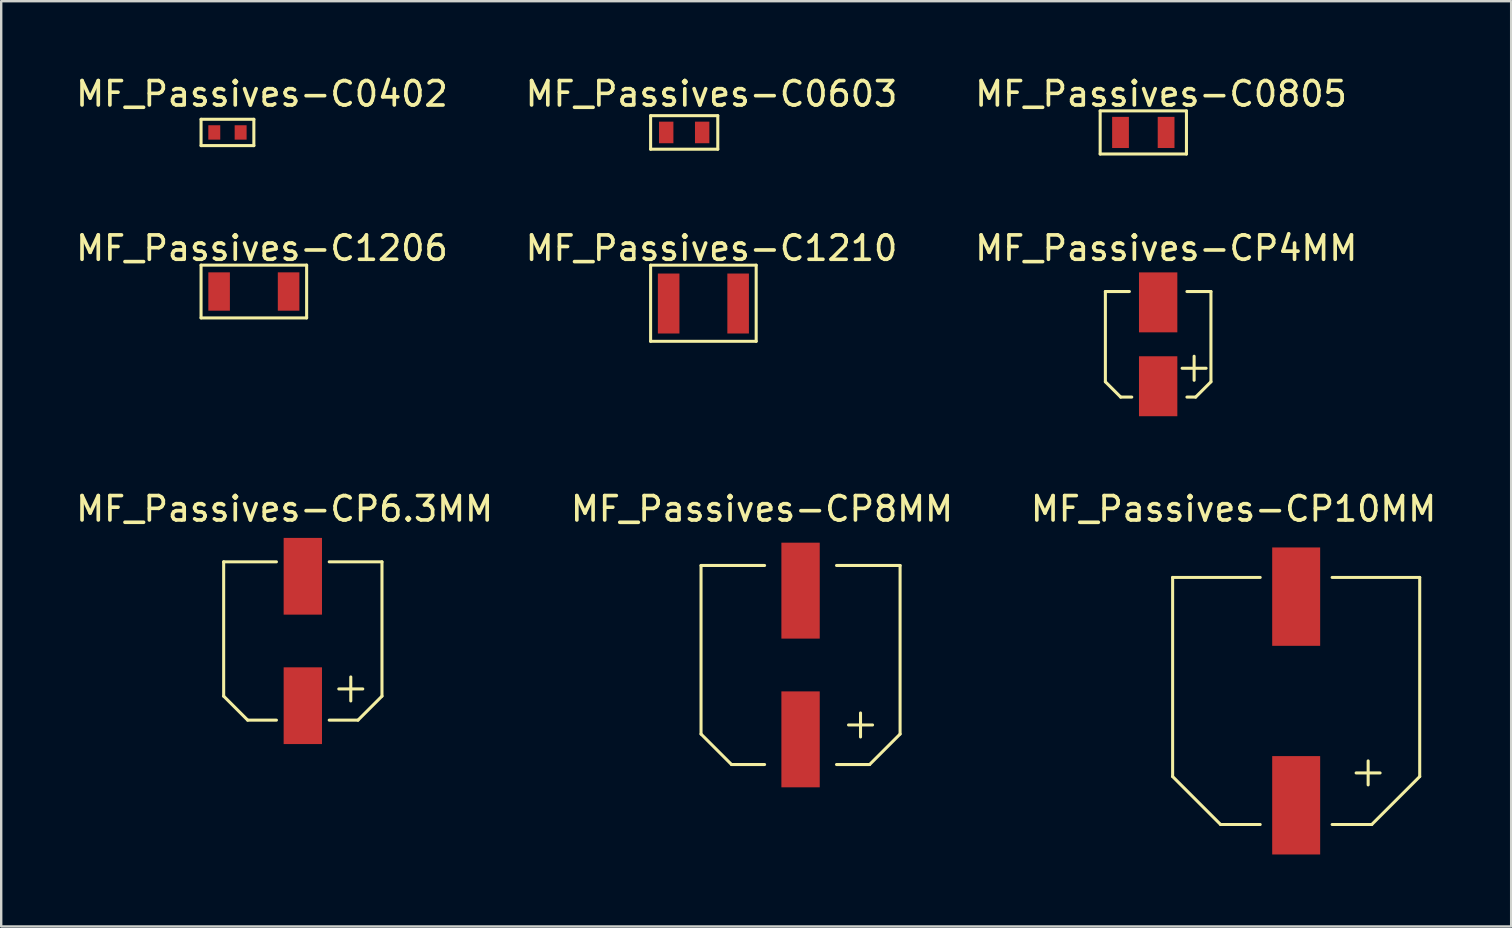
<source format=kicad_pcb>
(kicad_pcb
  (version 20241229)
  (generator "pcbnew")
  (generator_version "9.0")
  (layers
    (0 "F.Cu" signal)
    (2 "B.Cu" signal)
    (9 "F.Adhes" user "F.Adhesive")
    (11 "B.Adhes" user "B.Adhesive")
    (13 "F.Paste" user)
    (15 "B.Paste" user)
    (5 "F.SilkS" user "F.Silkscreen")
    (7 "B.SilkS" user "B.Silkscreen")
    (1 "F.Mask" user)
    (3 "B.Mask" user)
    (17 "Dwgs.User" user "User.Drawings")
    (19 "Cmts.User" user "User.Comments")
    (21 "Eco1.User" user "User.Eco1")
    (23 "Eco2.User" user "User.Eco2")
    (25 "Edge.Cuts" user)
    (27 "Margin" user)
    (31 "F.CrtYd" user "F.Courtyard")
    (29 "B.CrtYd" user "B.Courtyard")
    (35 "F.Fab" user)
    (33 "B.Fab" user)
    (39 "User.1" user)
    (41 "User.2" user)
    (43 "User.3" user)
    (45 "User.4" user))
  (footprint "MF_Passives-CP6.3MM"
    (layer "F.Cu")
    (at 9.571 23.665)
    (property "Reference" "MF_Passives-CP6.3MM" (at -0.759 -5.507 0) (layer "F.SilkS") (effects (font (size 1.016 1.016) (thickness 0.152))))
    (attr smd)
    (fp_line (start -3.299 -3.299) (end -3.299 2.299) (stroke (width 0.127) (type solid)) (layer "F.SilkS"))
    (fp_line (start -3.299 2.299) (end -2.299 3.299) (stroke (width 0.127) (type solid)) (layer "F.SilkS"))
    (fp_line (start -2.299 3.299) (end -1.1 3.299) (stroke (width 0.127) (type solid)) (layer "F.SilkS"))
    (fp_line (start -1.1 -3.299) (end -3.299 -3.299) (stroke (width 0.127) (type solid)) (layer "F.SilkS"))
    (fp_line (start 1.1 -3.299) (end 3.299 -3.299) (stroke (width 0.127) (type solid)) (layer "F.SilkS"))
    (fp_line (start 1.499 1.999) (end 2.499 1.999) (stroke (width 0.127) (type solid)) (layer "F.SilkS"))
    (fp_line (start 1.999 1.499) (end 1.999 2.499) (stroke (width 0.127) (type solid)) (layer "F.SilkS"))
    (fp_line (start 2.299 3.299) (end 1.1 3.299) (stroke (width 0.127) (type solid)) (layer "F.SilkS"))
    (fp_line (start 3.299 -3.299) (end 3.299 2.299) (stroke (width 0.127) (type solid)) (layer "F.SilkS"))
    (fp_line (start 3.299 2.299) (end 2.299 3.299) (stroke (width 0.127) (type solid)) (layer "F.SilkS"))
    (pad "P$1" smd rect (at 0 2.697 90) (size 3.198 1.598) (layers "F.Cu" "F.Mask" "F.Paste"))
    (pad "P$2" smd rect (at 0 -2.697 90) (size 3.198 1.598) (layers "F.Cu" "F.Mask" "F.Paste")))
  (footprint "MF_Passives-C0603"
    (layer "F.Cu")
    (at 25.466 2.47)
    (property "Reference" "MF_Passives-C0603" (at 1.138 -1.608 0) (layer "F.SilkS") (effects (font (size 1.016 1.016) (thickness 0.152))))
    (attr smd)
    (fp_line (start -1.4 -0.699) (end -1.4 0.699) (stroke (width 0.127) (type solid)) (layer "F.SilkS"))
    (fp_line (start -1.4 0.699) (end 1.4 0.699) (stroke (width 0.127) (type solid)) (layer "F.SilkS"))
    (fp_line (start 1.4 -0.699) (end -1.4 -0.699) (stroke (width 0.127) (type solid)) (layer "F.SilkS"))
    (fp_line (start 1.4 0.699) (end 1.4 -0.699) (stroke (width 0.127) (type solid)) (layer "F.SilkS"))
    (pad "1" smd rect (at -0.749 0 180) (size 0.599 0.899) (layers "F.Cu" "F.Mask" "F.Paste"))
    (pad "2" smd rect (at 0.749 0 180) (size 0.599 0.899) (layers "F.Cu" "F.Mask" "F.Paste")))
  (footprint "MF_Passives-C0402"
    (layer "F.Cu")
    (at 6.43 2.47)
    (property "Reference" "MF_Passives-C0402" (at 1.438 -1.608 0) (layer "F.SilkS") (effects (font (size 1.016 1.016) (thickness 0.152))))
    (attr smd)
    (fp_line (start -1.1 -0.549) (end -1.1 0.549) (stroke (width 0.127) (type solid)) (layer "F.SilkS"))
    (fp_line (start -1.1 0.549) (end 1.1 0.549) (stroke (width 0.127) (type solid)) (layer "F.SilkS"))
    (fp_line (start 1.1 -0.549) (end -1.1 -0.549) (stroke (width 0.127) (type solid)) (layer "F.SilkS"))
    (fp_line (start 1.1 0.549) (end 1.1 -0.549) (stroke (width 0.127) (type solid)) (layer "F.SilkS"))
    (pad "P$1" smd rect (at -0.549 0 180) (size 0.498 0.599) (layers "F.Cu" "F.Mask" "F.Paste"))
    (pad "P$2" smd rect (at 0.549 0 180) (size 0.498 0.599) (layers "F.Cu" "F.Mask" "F.Paste")))
  (footprint "MF_Passives-C1210"
    (layer "F.Cu")
    (at 26.266 9.6)
    (property "Reference" "MF_Passives-C1210" (at 0.338 -2.306 0) (layer "F.SilkS") (effects (font (size 1.016 1.016) (thickness 0.152))))
    (attr smd)
    (fp_line (start -2.2 -1.598) (end -2.2 1.575) (stroke (width 0.127) (type solid)) (layer "F.SilkS"))
    (fp_line (start -2.2 1.575) (end 2.2 1.575) (stroke (width 0.127) (type solid)) (layer "F.SilkS"))
    (fp_line (start 2.2 -1.598) (end -2.2 -1.598) (stroke (width 0.127) (type solid)) (layer "F.SilkS"))
    (fp_line (start 2.2 1.575) (end 2.2 -1.598) (stroke (width 0.127) (type solid)) (layer "F.SilkS"))
    (pad "P$1" smd rect (at -1.448 0 180) (size 0.899 2.499) (layers "F.Cu" "F.Mask" "F.Paste"))
    (pad "P$2" smd rect (at 1.448 0 180) (size 0.899 2.499) (layers "F.Cu" "F.Mask" "F.Paste")))
  (footprint "MF_Passives-CP4MM"
    (layer "F.Cu")
    (at 45.22 11.3)
    (property "Reference" "MF_Passives-CP4MM" (at 0.338 -4.006 0) (layer "F.SilkS") (effects (font (size 1.016 1.016) (thickness 0.152))))
    (attr smd)
    (fp_line (start -2.2 -2.2) (end -2.2 1.562) (stroke (width 0.127) (type solid)) (layer "F.SilkS"))
    (fp_line (start -2.2 1.562) (end -1.562 2.2) (stroke (width 0.127) (type solid)) (layer "F.SilkS"))
    (fp_line (start -1.562 2.2) (end -1.1 2.2) (stroke (width 0.127) (type solid)) (layer "F.SilkS"))
    (fp_line (start -1.199 -2.2) (end -2.2 -2.2) (stroke (width 0.127) (type solid)) (layer "F.SilkS"))
    (fp_line (start 1.199 -2.2) (end 2.2 -2.2) (stroke (width 0.127) (type solid)) (layer "F.SilkS"))
    (fp_line (start 1.499 0.498) (end 1.499 1.499) (stroke (width 0.127) (type solid)) (layer "F.SilkS"))
    (fp_line (start 1.562 2.2) (end 1.199 2.2) (stroke (width 0.127) (type solid)) (layer "F.SilkS"))
    (fp_line (start 1.999 0.998) (end 0.998 0.998) (stroke (width 0.127) (type solid)) (layer "F.SilkS"))
    (fp_line (start 2.2 -2.2) (end 2.2 1.562) (stroke (width 0.127) (type solid)) (layer "F.SilkS"))
    (fp_line (start 2.2 1.562) (end 1.562 2.2) (stroke (width 0.127) (type solid)) (layer "F.SilkS"))
    (pad "P$1" smd rect (at 0 1.748 90) (size 2.499 1.598) (layers "F.Cu" "F.Mask" "F.Paste"))
    (pad "P$2" smd rect (at 0 -1.748 90) (size 2.499 1.598) (layers "F.Cu" "F.Mask" "F.Paste")))
  (footprint "MF_Passives-C0805"
    (layer "F.Cu")
    (at 44.601 2.47)
    (property "Reference" "MF_Passives-C0805" (at 0.739 -1.608 0) (layer "F.SilkS") (effects (font (size 1.016 1.016) (thickness 0.152))))
    (attr smd)
    (fp_line (start -1.798 -0.899) (end -1.798 0.899) (stroke (width 0.127) (type solid)) (layer "F.SilkS"))
    (fp_line (start -1.798 0.899) (end 1.798 0.899) (stroke (width 0.127) (type solid)) (layer "F.SilkS"))
    (fp_line (start 1.798 -0.899) (end -1.798 -0.899) (stroke (width 0.127) (type solid)) (layer "F.SilkS"))
    (fp_line (start 1.798 0.899) (end 1.798 -0.899) (stroke (width 0.127) (type solid)) (layer "F.SilkS"))
    (pad "1" smd rect (at -0.95 0 180) (size 0.699 1.298) (layers "F.Cu" "F.Mask" "F.Paste"))
    (pad "2" smd rect (at 0.95 0 180) (size 0.699 1.298) (layers "F.Cu" "F.Mask" "F.Paste")))
  (footprint "MF_Passives-CP10MM"
    (layer "F.Cu")
    (at 50.972 26.165)
    (property "Reference" "MF_Passives-CP10MM" (at -2.609 -8.006 0) (layer "F.SilkS") (effects (font (size 1.016 1.016) (thickness 0.152))))
    (attr smd)
    (fp_line (start -5.149 -5.149) (end -5.149 3.15) (stroke (width 0.127) (type solid)) (layer "F.SilkS"))
    (fp_line (start -5.149 3.15) (end -3.15 5.149) (stroke (width 0.127) (type solid)) (layer "F.SilkS"))
    (fp_line (start -3.15 5.149) (end -1.499 5.149) (stroke (width 0.127) (type solid)) (layer "F.SilkS"))
    (fp_line (start -1.499 -5.149) (end -5.149 -5.149) (stroke (width 0.127) (type solid)) (layer "F.SilkS"))
    (fp_line (start 1.499 -5.149) (end 5.149 -5.149) (stroke (width 0.127) (type solid)) (layer "F.SilkS"))
    (fp_line (start 2.499 3) (end 3.498 3) (stroke (width 0.127) (type solid)) (layer "F.SilkS"))
    (fp_line (start 3 2.499) (end 3 3.498) (stroke (width 0.127) (type solid)) (layer "F.SilkS"))
    (fp_line (start 3.15 5.149) (end 1.499 5.149) (stroke (width 0.127) (type solid)) (layer "F.SilkS"))
    (fp_line (start 5.149 -5.149) (end 5.149 3.15) (stroke (width 0.127) (type solid)) (layer "F.SilkS"))
    (fp_line (start 5.149 3.15) (end 3.15 5.149) (stroke (width 0.127) (type solid)) (layer "F.SilkS"))
    (pad "P$1" smd rect (at 0 4.348 90) (size 4.1 1.999) (layers "F.Cu" "F.Mask" "F.Paste"))
    (pad "P$2" smd rect (at 0 -4.348 90) (size 4.1 1.999) (layers "F.Cu" "F.Mask" "F.Paste")))
  (footprint "MF_Passives-CP8MM"
    (layer "F.Cu")
    (at 30.316 24.666)
    (property "Reference" "MF_Passives-CP8MM" (at -1.608 -6.507 0) (layer "F.SilkS") (effects (font (size 1.016 1.016) (thickness 0.152))))
    (attr smd)
    (fp_line (start -4.148 -4.148) (end -4.148 2.878) (stroke (width 0.127) (type solid)) (layer "F.SilkS"))
    (fp_line (start -4.148 2.878) (end -2.878 4.148) (stroke (width 0.127) (type solid)) (layer "F.SilkS"))
    (fp_line (start -2.878 4.148) (end -1.499 4.148) (stroke (width 0.127) (type solid)) (layer "F.SilkS"))
    (fp_line (start -1.499 -4.148) (end -4.148 -4.148) (stroke (width 0.127) (type solid)) (layer "F.SilkS"))
    (fp_line (start 1.499 4.148) (end 2.878 4.148) (stroke (width 0.127) (type solid)) (layer "F.SilkS"))
    (fp_line (start 2.499 1.999) (end 2.499 3) (stroke (width 0.127) (type solid)) (layer "F.SilkS"))
    (fp_line (start 2.878 4.148) (end 4.148 2.878) (stroke (width 0.127) (type solid)) (layer "F.SilkS"))
    (fp_line (start 3 2.499) (end 1.999 2.499) (stroke (width 0.127) (type solid)) (layer "F.SilkS"))
    (fp_line (start 4.148 -4.148) (end 1.499 -4.148) (stroke (width 0.127) (type solid)) (layer "F.SilkS"))
    (fp_line (start 4.148 2.878) (end 4.148 -4.148) (stroke (width 0.127) (type solid)) (layer "F.SilkS"))
    (pad "1" smd rect (at 0 3.099 90) (size 3.998 1.598) (layers "F.Cu" "F.Mask" "F.Paste"))
    (pad "2" smd rect (at 0 -3.099 90) (size 3.998 1.598) (layers "F.Cu" "F.Mask" "F.Paste")))
  (footprint "MF_Passives-C1206"
    (layer "F.Cu")
    (at 7.53 9.1)
    (property "Reference" "MF_Passives-C1206" (at 0.338 -1.806 0) (layer "F.SilkS") (effects (font (size 1.016 1.016) (thickness 0.152))))
    (attr smd)
    (fp_line (start -2.2 -1.1) (end -2.2 1.1) (stroke (width 0.127) (type solid)) (layer "F.SilkS"))
    (fp_line (start -2.2 1.1) (end 2.2 1.1) (stroke (width 0.127) (type solid)) (layer "F.SilkS"))
    (fp_line (start 2.2 -1.1) (end -2.2 -1.1) (stroke (width 0.127) (type solid)) (layer "F.SilkS"))
    (fp_line (start 2.2 1.1) (end 2.2 -1.1) (stroke (width 0.127) (type solid)) (layer "F.SilkS"))
    (pad "1" smd rect (at -1.448 0 180) (size 0.899 1.598) (layers "F.Cu" "F.Mask" "F.Paste"))
    (pad "2" smd rect (at 1.448 0 180) (size 0.899 1.598) (layers "F.Cu" "F.Mask" "F.Paste")))
  (gr_rect
    (start -3 -3)
    (end 59.933 35.563)
    (stroke (width 0.1) (type default))
    (fill no)
    (layer "Edge.Cuts")))
</source>
